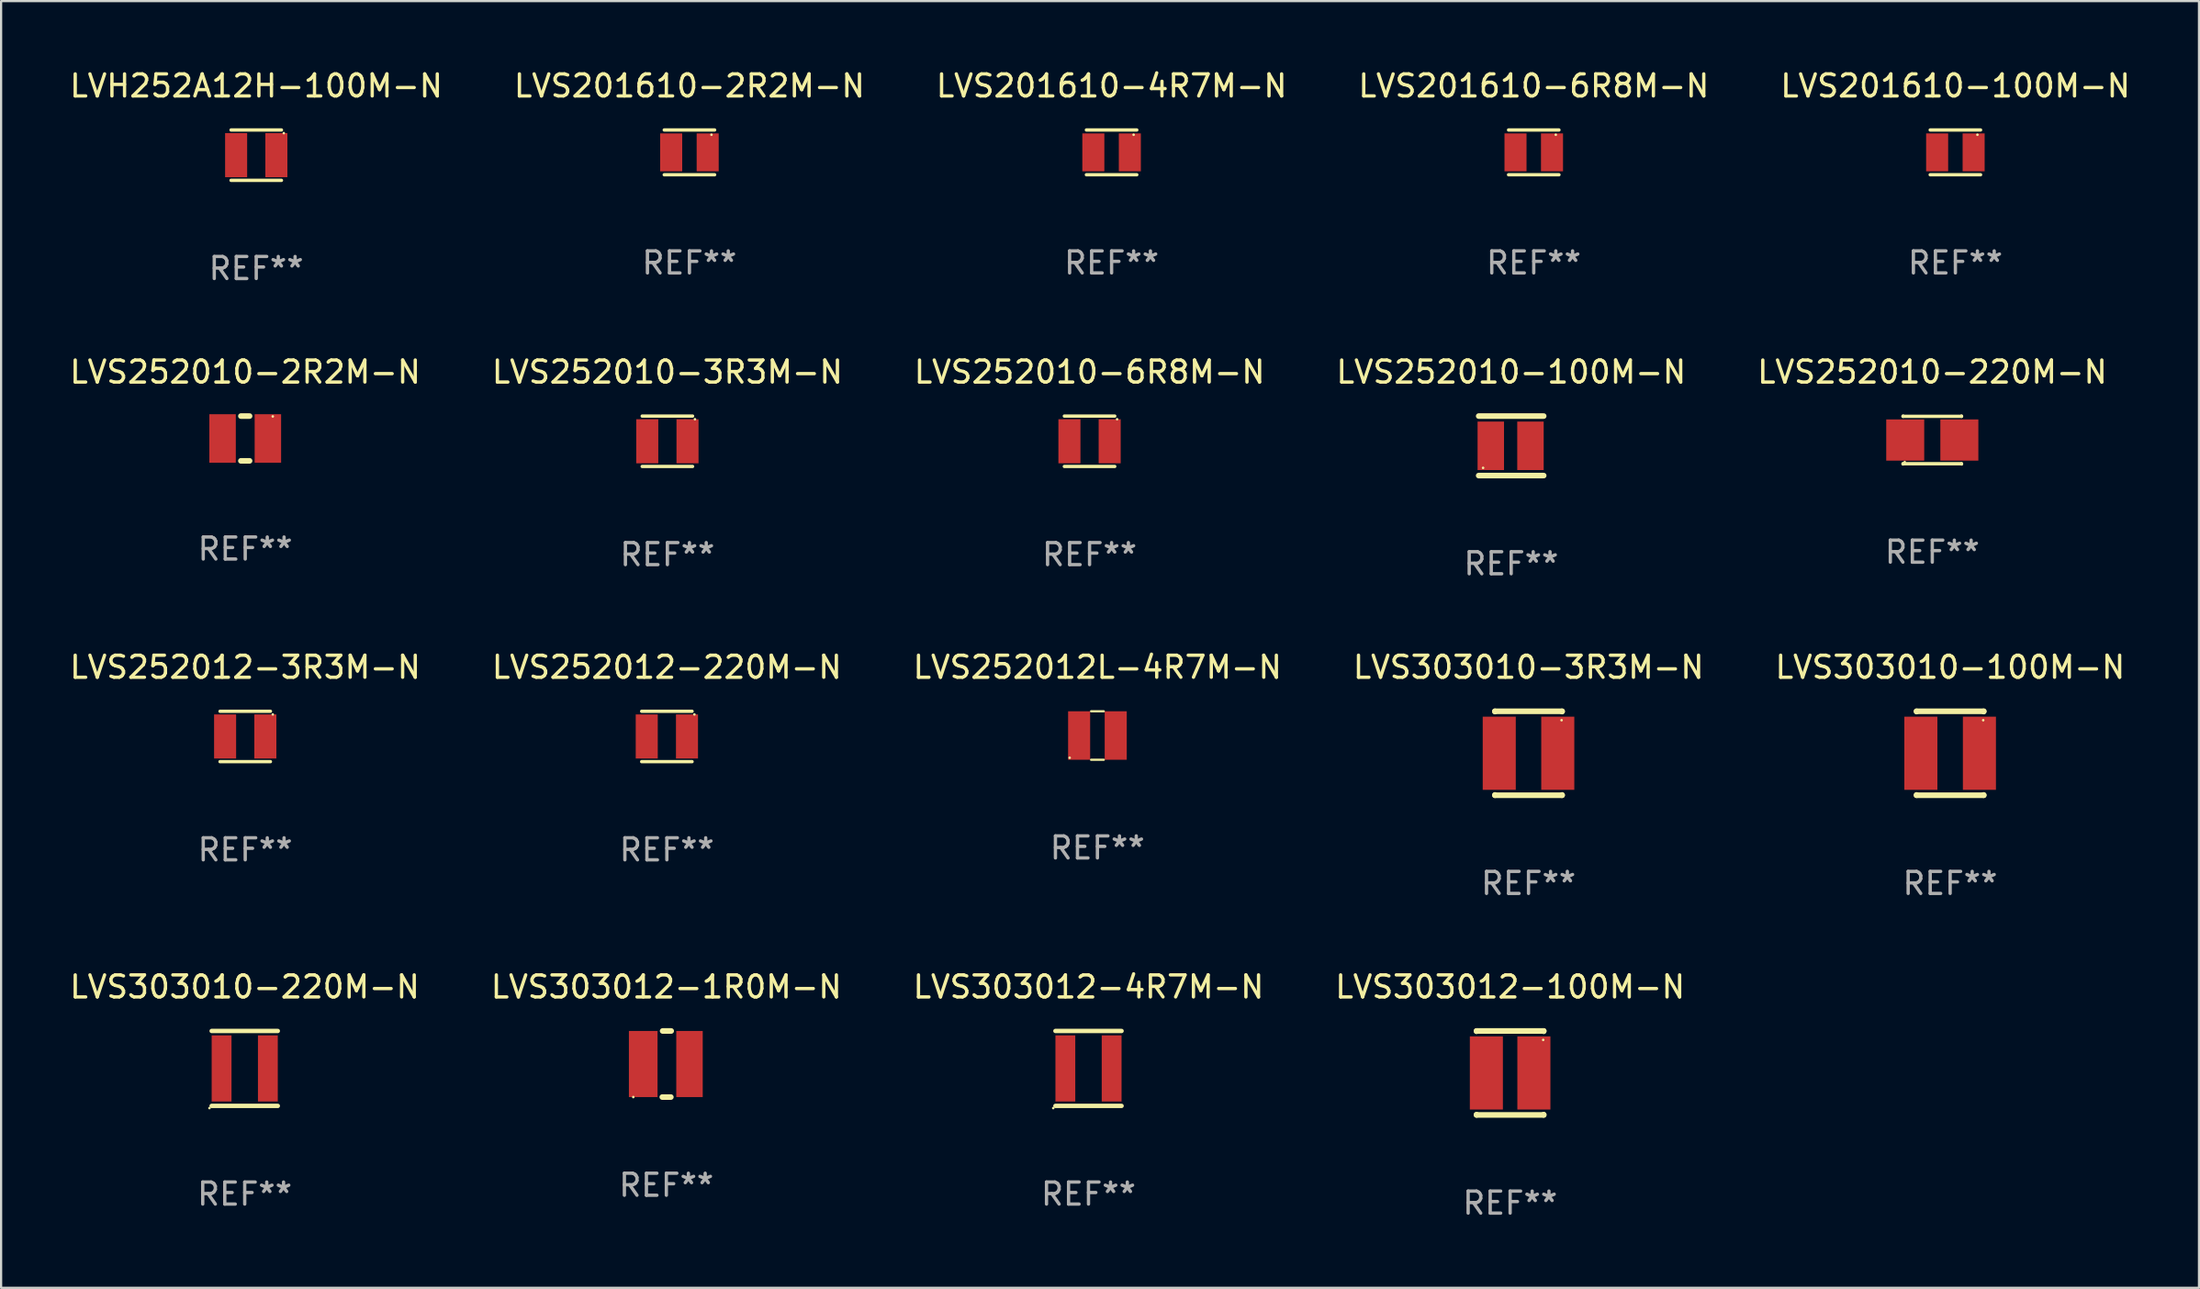
<source format=kicad_pcb>
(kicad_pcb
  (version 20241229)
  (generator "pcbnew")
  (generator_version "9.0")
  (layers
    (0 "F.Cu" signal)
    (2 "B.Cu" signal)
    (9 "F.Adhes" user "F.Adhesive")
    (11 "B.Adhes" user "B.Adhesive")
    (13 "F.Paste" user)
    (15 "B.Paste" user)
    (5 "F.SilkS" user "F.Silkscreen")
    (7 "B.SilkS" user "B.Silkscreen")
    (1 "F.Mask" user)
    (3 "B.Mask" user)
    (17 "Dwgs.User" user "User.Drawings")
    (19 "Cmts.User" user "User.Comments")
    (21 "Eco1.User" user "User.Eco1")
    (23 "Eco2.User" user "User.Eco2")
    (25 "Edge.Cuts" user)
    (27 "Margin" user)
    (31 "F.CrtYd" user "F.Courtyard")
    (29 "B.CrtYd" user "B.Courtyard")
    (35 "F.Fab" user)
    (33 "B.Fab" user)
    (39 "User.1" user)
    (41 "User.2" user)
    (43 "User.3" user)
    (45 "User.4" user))
  (footprint "LVS303010-220M-N"
    (layer "F.Cu")
    (at 8.054 45.434)
    (property "Reference" "LVS303010-220M-N" (at 0 -3.7 0) (layer "F.SilkS") (effects (font (size 1 1) (thickness 0.15))))
    (attr through_hole)
    (fp_line (start -1.5 -1.7) (end 1.5 -1.7) (stroke (width 0.2) (type solid)) (layer "F.SilkS"))
    (fp_line (start -1.5 1.7) (end 1.5 1.7) (stroke (width 0.2) (type solid)) (layer "F.SilkS"))
    (fp_circle (center -1.6 1.8) (end -1.57 1.8) (stroke (width 0.06) (type solid)) (fill no) (layer "F.SilkS"))
    (fp_text user "REF**" (at 0 5.7 0) (layer "F.Fab") (effects (font (size 1 1) (thickness 0.15))))
    (pad "1" smd rect (at -1.05 0) (size 0.9 3) (layers "F.Cu" "F.Mask" "F.Paste"))
    (pad "2" smd rect (at 1.05 0) (size 0.9 3) (layers "F.Cu" "F.Mask" "F.Paste")))
  (footprint "LVS303012-1R0M-N"
    (layer "F.Cu")
    (at 27.185 45.234)
    (property "Reference" "LVS303012-1R0M-N" (at 0 -3.5 0) (layer "F.SilkS") (effects (font (size 1 1) (thickness 0.15))))
    (attr through_hole)
    (fp_line (start -0.184 1.5) (end 0.204 1.5) (stroke (width 0.254) (type solid)) (layer "F.SilkS"))
    (fp_line (start -0.169 -1.5) (end 0.219 -1.5) (stroke (width 0.254) (type solid)) (layer "F.SilkS"))
    (fp_circle (center -1.5 1.5) (end -1.47 1.5) (stroke (width 0.06) (type solid)) (fill no) (layer "F.SilkS"))
    (fp_text user "REF**" (at 0 5.5 0) (layer "F.Fab") (effects (font (size 1 1) (thickness 0.15))))
    (pad "1" smd rect (at -1.05 0) (size 1.3 3) (layers "F.Cu" "F.Mask" "F.Paste"))
    (pad "2" smd rect (at 1.05 0) (size 1.2 3) (layers "F.Cu" "F.Mask" "F.Paste")))
  (footprint "LVS252010-100M-N"
    (layer "F.Cu")
    (at 65.518 17.181)
    (property "Reference" "LVS252010-100M-N" (at 0 -3.35 0) (layer "F.SilkS") (effects (font (size 1 1) (thickness 0.15))))
    (attr through_hole)
    (fp_line (start -1.475 1.35) (end 1.475 1.35) (stroke (width 0.254) (type solid)) (layer "F.SilkS"))
    (fp_line (start 1.475 -1.35) (end -1.474 -1.35) (stroke (width 0.254) (type solid)) (layer "F.SilkS"))
    (fp_circle (center -1.275 1) (end -1.245 1) (stroke (width 0.06) (type solid)) (fill no) (layer "F.SilkS"))
    (fp_text user "REF**" (at 0 5.35 0) (layer "F.Fab") (effects (font (size 1 1) (thickness 0.15))))
    (pad "1" smd rect (at -0.925 -0.000178) (size 1.2 2.2) (layers "F.Cu" "F.Mask" "F.Paste"))
    (pad "2" smd rect (at 0.875 -0.000178) (size 1.2 2.2) (layers "F.Cu" "F.Mask" "F.Paste")))
  (footprint "LVS303010-100M-N"
    (layer "F.Cu")
    (at 85.435 31.132)
    (property "Reference" "LVS303010-100M-N" (at 0 -3.905 0) (layer "F.SilkS") (effects (font (size 1 1) (thickness 0.15))))
    (attr through_hole)
    (fp_line (start -1.524 -1.905) (end 1.524 -1.905) (stroke (width 0.254) (type solid)) (layer "F.SilkS"))
    (fp_line (start -1.524 -1.891) (end -1.524 -1.905) (stroke (width 0.254) (type solid)) (layer "F.SilkS"))
    (fp_line (start -1.524 1.905) (end -1.524 1.891) (stroke (width 0.254) (type solid)) (layer "F.SilkS"))
    (fp_line (start -1.524 1.905) (end 1.524 1.905) (stroke (width 0.254) (type solid)) (layer "F.SilkS"))
    (fp_line (start 1.524 -1.905) (end 1.524 -1.891) (stroke (width 0.254) (type solid)) (layer "F.SilkS"))
    (fp_line (start 1.524 1.891) (end 1.524 1.905) (stroke (width 0.254) (type solid)) (layer "F.SilkS"))
    (fp_circle (center 1.5 -1.5) (end 1.53 -1.5) (stroke (width 0.06) (type solid)) (fill no) (layer "F.SilkS"))
    (fp_text user "REF**" (at 0 5.905 0) (layer "F.Fab") (effects (font (size 1 1) (thickness 0.15))))
    (pad "1" smd rect (at 1.328 0) (size 1.5 3.32) (layers "F.Cu" "F.Mask" "F.Paste"))
    (pad "2" smd rect (at -1.328 0) (size 1.5 3.32) (layers "F.Cu" "F.Mask" "F.Paste")))
  (footprint "LVS201610-6R8M-N"
    (layer "F.Cu")
    (at 66.542 3.864)
    (property "Reference" "LVS201610-6R8M-N" (at 0 -3.016 0) (layer "F.SilkS") (effects (font (size 1 1) (thickness 0.15))))
    (attr through_hole)
    (fp_line (start -1.143 -1.016) (end 1.143 -1.016) (stroke (width 0.152) (type solid)) (layer "F.SilkS"))
    (fp_line (start 1.143 1.016) (end -1.143 1.016) (stroke (width 0.152) (type solid)) (layer "F.SilkS"))
    (fp_circle (center 1 -0.8) (end 1.03 -0.8) (stroke (width 0.06) (type solid)) (fill no) (layer "F.SilkS"))
    (fp_text user "REF**" (at 0 5.016 0) (layer "F.Fab") (effects (font (size 1 1) (thickness 0.15))))
    (pad "1" smd rect (at 0.828 0) (size 1 1.72) (layers "F.Cu" "F.Mask" "F.Paste"))
    (pad "2" smd rect (at -0.828 0) (size 1 1.72) (layers "F.Cu" "F.Mask" "F.Paste")))
  (footprint "LVS201610-100M-N"
    (layer "F.Cu")
    (at 85.673 3.864)
    (property "Reference" "LVS201610-100M-N" (at 0 -3.016 0) (layer "F.SilkS") (effects (font (size 1 1) (thickness 0.15))))
    (attr through_hole)
    (fp_line (start -1.143 -1.016) (end 1.143 -1.016) (stroke (width 0.152) (type solid)) (layer "F.SilkS"))
    (fp_line (start 1.143 1.016) (end -1.143 1.016) (stroke (width 0.152) (type solid)) (layer "F.SilkS"))
    (fp_circle (center 1 -0.8) (end 1.03 -0.8) (stroke (width 0.06) (type solid)) (fill no) (layer "F.SilkS"))
    (fp_text user "REF**" (at 0 5.016 0) (layer "F.Fab") (effects (font (size 1 1) (thickness 0.15))))
    (pad "1" smd rect (at 0.828 0) (size 1 1.72) (layers "F.Cu" "F.Mask" "F.Paste"))
    (pad "2" smd rect (at -0.828 0) (size 1 1.72) (layers "F.Cu" "F.Mask" "F.Paste")))
  (footprint "LVS252010-3R3M-N"
    (layer "F.Cu")
    (at 27.232 16.974)
    (property "Reference" "LVS252010-3R3M-N" (at 0 -3.143 0) (layer "F.SilkS") (effects (font (size 1 1) (thickness 0.15))))
    (attr through_hole)
    (fp_line (start -1.143 -1.143) (end 1.143 -1.143) (stroke (width 0.152) (type solid)) (layer "F.SilkS"))
    (fp_line (start -1.143 1.143) (end 1.143 1.143) (stroke (width 0.152) (type solid)) (layer "F.SilkS"))
    (fp_circle (center 1.25 -1) (end 1.28 -1) (stroke (width 0.06) (type solid)) (fill no) (layer "F.SilkS"))
    (fp_text user "REF**" (at 0 5.143 0) (layer "F.Fab") (effects (font (size 1 1) (thickness 0.15))))
    (pad "1" smd rect (at 0.913 0) (size 1 2) (layers "F.Cu" "F.Mask" "F.Paste"))
    (pad "2" smd rect (at -0.913 0) (size 1 2) (layers "F.Cu" "F.Mask" "F.Paste")))
  (footprint "LVS303012-4R7M-N"
    (layer "F.Cu")
    (at 46.339 45.434)
    (property "Reference" "LVS303012-4R7M-N" (at 0 -3.7 0) (layer "F.SilkS") (effects (font (size 1 1) (thickness 0.15))))
    (attr through_hole)
    (fp_line (start -1.5 -1.7) (end 1.5 -1.7) (stroke (width 0.2) (type solid)) (layer "F.SilkS"))
    (fp_line (start -1.5 1.7) (end 1.5 1.7) (stroke (width 0.2) (type solid)) (layer "F.SilkS"))
    (fp_circle (center -1.6 1.8) (end -1.57 1.8) (stroke (width 0.06) (type solid)) (fill no) (layer "F.SilkS"))
    (fp_text user "REF**" (at 0 5.7 0) (layer "F.Fab") (effects (font (size 1 1) (thickness 0.15))))
    (pad "1" smd rect (at -1.05 0) (size 0.9 3) (layers "F.Cu" "F.Mask" "F.Paste"))
    (pad "2" smd rect (at 1.05 0) (size 0.9 3) (layers "F.Cu" "F.Mask" "F.Paste")))
  (footprint "LVS252012L-4R7M-N"
    (layer "F.Cu")
    (at 46.744 30.327)
    (property "Reference" "LVS252012L-4R7M-N" (at 0 -3.1 0) (layer "F.SilkS") (effects (font (size 1 1) (thickness 0.15))))
    (attr through_hole)
    (fp_line (start -0.287 -1.1) (end 0.287 -1.1) (stroke (width 0.102) (type solid)) (layer "F.SilkS"))
    (fp_line (start 0.287 1.1) (end -0.287 1.1) (stroke (width 0.102) (type solid)) (layer "F.SilkS"))
    (fp_circle (center -1.26 1.01) (end -1.23 1.01) (stroke (width 0.06) (type solid)) (fill no) (layer "F.SilkS"))
    (fp_text user "REF**" (at 0 5.1 0) (layer "F.Fab") (effects (font (size 1 1) (thickness 0.15))))
    (pad "1" smd rect (at -0.83 0) (size 1 2.2) (layers "F.Cu" "F.Mask" "F.Paste"))
    (pad "2" smd rect (at 0.83 0) (size 1 2.2) (layers "F.Cu" "F.Mask" "F.Paste")))
  (footprint "LVS252010-2R2M-N"
    (layer "F.Cu")
    (at 8.077 16.847)
    (property "Reference" "LVS252010-2R2M-N" (at 0 -3.016 0) (layer "F.SilkS") (effects (font (size 1 1) (thickness 0.15))))
    (attr through_hole)
    (fp_line (start -0.197 1.016) (end 0.197 1.016) (stroke (width 0.254) (type solid)) (layer "F.SilkS"))
    (fp_line (start 0.197 -1.016) (end -0.197 -1.016) (stroke (width 0.254) (type solid)) (layer "F.SilkS"))
    (fp_circle (center 1.25 -1) (end 1.28 -1) (stroke (width 0.06) (type solid)) (fill no) (layer "F.SilkS"))
    (fp_text user "REF**" (at 0 5.016 0) (layer "F.Fab") (effects (font (size 1 1) (thickness 0.15))))
    (pad "1" smd rect (at 1.028 0) (size 1.2 2.2) (layers "F.Cu" "F.Mask" "F.Paste"))
    (pad "2" smd rect (at -1.028 0) (size 1.2 2.2) (layers "F.Cu" "F.Mask" "F.Paste")))
  (footprint "LVS303010-3R3M-N"
    (layer "F.Cu")
    (at 66.304 31.132)
    (property "Reference" "LVS303010-3R3M-N" (at 0 -3.905 0) (layer "F.SilkS") (effects (font (size 1 1) (thickness 0.15))))
    (attr through_hole)
    (fp_line (start -1.524 -1.905) (end 1.524 -1.905) (stroke (width 0.254) (type solid)) (layer "F.SilkS"))
    (fp_line (start -1.524 -1.891) (end -1.524 -1.905) (stroke (width 0.254) (type solid)) (layer "F.SilkS"))
    (fp_line (start -1.524 1.905) (end -1.524 1.891) (stroke (width 0.254) (type solid)) (layer "F.SilkS"))
    (fp_line (start -1.524 1.905) (end 1.524 1.905) (stroke (width 0.254) (type solid)) (layer "F.SilkS"))
    (fp_line (start 1.524 -1.905) (end 1.524 -1.891) (stroke (width 0.254) (type solid)) (layer "F.SilkS"))
    (fp_line (start 1.524 1.891) (end 1.524 1.905) (stroke (width 0.254) (type solid)) (layer "F.SilkS"))
    (fp_circle (center 1.5 -1.5) (end 1.53 -1.5) (stroke (width 0.06) (type solid)) (fill no) (layer "F.SilkS"))
    (fp_text user "REF**" (at 0 5.905 0) (layer "F.Fab") (effects (font (size 1 1) (thickness 0.15))))
    (pad "1" smd rect (at 1.328 0) (size 1.5 3.32) (layers "F.Cu" "F.Mask" "F.Paste"))
    (pad "2" smd rect (at -1.328 0) (size 1.5 3.32) (layers "F.Cu" "F.Mask" "F.Paste")))
  (footprint "LVS201610-2R2M-N"
    (layer "F.Cu")
    (at 28.232 3.864)
    (property "Reference" "LVS201610-2R2M-N" (at 0 -3.016 0) (layer "F.SilkS") (effects (font (size 1 1) (thickness 0.15))))
    (attr through_hole)
    (fp_line (start -1.143 -1.016) (end 1.143 -1.016) (stroke (width 0.152) (type solid)) (layer "F.SilkS"))
    (fp_line (start 1.143 1.016) (end -1.143 1.016) (stroke (width 0.152) (type solid)) (layer "F.SilkS"))
    (fp_circle (center 1 -0.8) (end 1.03 -0.8) (stroke (width 0.06) (type solid)) (fill no) (layer "F.SilkS"))
    (fp_text user "REF**" (at 0 5.016 0) (layer "F.Fab") (effects (font (size 1 1) (thickness 0.15))))
    (pad "1" smd rect (at 0.828 0) (size 1 1.72) (layers "F.Cu" "F.Mask" "F.Paste"))
    (pad "2" smd rect (at -0.828 0) (size 1 1.72) (layers "F.Cu" "F.Mask" "F.Paste")))
  (footprint "LVS252012-3R3M-N"
    (layer "F.Cu")
    (at 8.077 30.37)
    (property "Reference" "LVS252012-3R3M-N" (at 0 -3.143 0) (layer "F.SilkS") (effects (font (size 1 1) (thickness 0.15))))
    (attr through_hole)
    (fp_line (start -1.143 -1.143) (end 1.143 -1.143) (stroke (width 0.152) (type solid)) (layer "F.SilkS"))
    (fp_line (start -1.143 1.143) (end 1.143 1.143) (stroke (width 0.152) (type solid)) (layer "F.SilkS"))
    (fp_circle (center 1.25 -1) (end 1.28 -1) (stroke (width 0.06) (type solid)) (fill no) (layer "F.SilkS"))
    (fp_text user "REF**" (at 0 5.143 0) (layer "F.Fab") (effects (font (size 1 1) (thickness 0.15))))
    (pad "1" smd rect (at 0.913 0) (size 1 2) (layers "F.Cu" "F.Mask" "F.Paste"))
    (pad "2" smd rect (at -0.913 0) (size 1 2) (layers "F.Cu" "F.Mask" "F.Paste")))
  (footprint "LVS303012-100M-N"
    (layer "F.Cu")
    (at 65.47 45.639)
    (property "Reference" "LVS303012-100M-N" (at 0 -3.905 0) (layer "F.SilkS") (effects (font (size 1 1) (thickness 0.15))))
    (attr through_hole)
    (fp_line (start -1.524 -1.905) (end 1.524 -1.905) (stroke (width 0.254) (type solid)) (layer "F.SilkS"))
    (fp_line (start -1.524 -1.891) (end -1.524 -1.905) (stroke (width 0.254) (type solid)) (layer "F.SilkS"))
    (fp_line (start -1.524 1.905) (end -1.524 1.891) (stroke (width 0.254) (type solid)) (layer "F.SilkS"))
    (fp_line (start -1.524 1.905) (end 1.524 1.905) (stroke (width 0.254) (type solid)) (layer "F.SilkS"))
    (fp_line (start 1.524 -1.905) (end 1.524 -1.891) (stroke (width 0.254) (type solid)) (layer "F.SilkS"))
    (fp_line (start 1.524 1.891) (end 1.524 1.905) (stroke (width 0.254) (type solid)) (layer "F.SilkS"))
    (fp_circle (center 1.5 -1.5) (end 1.53 -1.5) (stroke (width 0.06) (type solid)) (fill no) (layer "F.SilkS"))
    (fp_text user "REF**" (at 0 5.905 0) (layer "F.Fab") (effects (font (size 1 1) (thickness 0.15))))
    (pad "1" smd rect (at 1.078 0.000076) (size 1.5 3.32) (layers "F.Cu" "F.Mask" "F.Paste"))
    (pad "2" smd rect (at -1.078 0.000076) (size 1.5 3.32) (layers "F.Cu" "F.Mask" "F.Paste")))
  (footprint "LVH252A12H-100M-N"
    (layer "F.Cu")
    (at 8.577 3.991)
    (property "Reference" "LVH252A12H-100M-N" (at 0 -3.143 0) (layer "F.SilkS") (effects (font (size 1 1) (thickness 0.15))))
    (attr through_hole)
    (fp_line (start -1.143 -1.143) (end 1.143 -1.143) (stroke (width 0.152) (type solid)) (layer "F.SilkS"))
    (fp_line (start -1.143 1.143) (end 1.143 1.143) (stroke (width 0.152) (type solid)) (layer "F.SilkS"))
    (fp_circle (center 1.25 -1) (end 1.28 -1) (stroke (width 0.06) (type solid)) (fill no) (layer "F.SilkS"))
    (fp_text user "REF**" (at 0 5.143 0) (layer "F.Fab") (effects (font (size 1 1) (thickness 0.15))))
    (pad "1" smd rect (at 0.913 0) (size 1 2) (layers "F.Cu" "F.Mask" "F.Paste"))
    (pad "2" smd rect (at -0.913 0) (size 1 2) (layers "F.Cu" "F.Mask" "F.Paste")))
  (footprint "LVS252010-6R8M-N"
    (layer "F.Cu")
    (at 46.387 16.974)
    (property "Reference" "LVS252010-6R8M-N" (at 0 -3.143 0) (layer "F.SilkS") (effects (font (size 1 1) (thickness 0.15))))
    (attr through_hole)
    (fp_line (start -1.143 -1.143) (end 1.143 -1.143) (stroke (width 0.152) (type solid)) (layer "F.SilkS"))
    (fp_line (start -1.143 1.143) (end 1.143 1.143) (stroke (width 0.152) (type solid)) (layer "F.SilkS"))
    (fp_circle (center 1.25 -1) (end 1.28 -1) (stroke (width 0.06) (type solid)) (fill no) (layer "F.SilkS"))
    (fp_text user "REF**" (at 0 5.143 0) (layer "F.Fab") (effects (font (size 1 1) (thickness 0.15))))
    (pad "1" smd rect (at 0.913 0) (size 1 2) (layers "F.Cu" "F.Mask" "F.Paste"))
    (pad "2" smd rect (at -0.913 0) (size 1 2) (layers "F.Cu" "F.Mask" "F.Paste")))
  (footprint "LVS252012-220M-N"
    (layer "F.Cu")
    (at 27.208 30.37)
    (property "Reference" "LVS252012-220M-N" (at 0 -3.143 0) (layer "F.SilkS") (effects (font (size 1 1) (thickness 0.15))))
    (attr through_hole)
    (fp_line (start -1.143 -1.143) (end 1.143 -1.143) (stroke (width 0.152) (type solid)) (layer "F.SilkS"))
    (fp_line (start -1.143 1.143) (end 1.143 1.143) (stroke (width 0.152) (type solid)) (layer "F.SilkS"))
    (fp_circle (center 1.25 -1) (end 1.28 -1) (stroke (width 0.06) (type solid)) (fill no) (layer "F.SilkS"))
    (fp_text user "REF**" (at 0 5.143 0) (layer "F.Fab") (effects (font (size 1 1) (thickness 0.15))))
    (pad "1" smd rect (at 0.913 0) (size 1 2) (layers "F.Cu" "F.Mask" "F.Paste"))
    (pad "2" smd rect (at -0.913 0) (size 1 2) (layers "F.Cu" "F.Mask" "F.Paste")))
  (footprint "LVS252010-220M-N"
    (layer "F.Cu")
    (at 84.625 16.918)
    (property "Reference" "LVS252010-220M-N" (at 0 -3.087 0) (layer "F.SilkS") (effects (font (size 1 1) (thickness 0.15))))
    (attr through_hole)
    (fp_line (start -1.326 -1.087) (end -1.326 -1.076) (stroke (width 0.152) (type solid)) (layer "F.SilkS"))
    (fp_line (start -1.326 -1.076) (end 1.326 -1.076) (stroke (width 0.152) (type solid)) (layer "F.SilkS"))
    (fp_line (start -1.326 1.076) (end 1.326 1.076) (stroke (width 0.152) (type solid)) (layer "F.SilkS"))
    (fp_line (start -1.326 1.087) (end -1.326 1.076) (stroke (width 0.152) (type solid)) (layer "F.SilkS"))
    (fp_line (start 1.326 -1.076) (end 1.326 -1.087) (stroke (width 0.152) (type solid)) (layer "F.SilkS"))
    (fp_line (start 1.326 1.076) (end 1.326 1.087) (stroke (width 0.152) (type solid)) (layer "F.SilkS"))
    (fp_circle (center -1.25 1) (end -1.22 1) (stroke (width 0.06) (type solid)) (fill no) (layer "F.SilkS"))
    (fp_text user "REF**" (at 0 5.087 0) (layer "F.Fab") (effects (font (size 1 1) (thickness 0.15))))
    (pad "1" smd rect (at 1.228 0) (size 1.724 1.87) (layers "F.Cu" "F.Mask" "F.Paste"))
    (pad "2" smd rect (at -1.228 0) (size 1.724 1.87) (layers "F.Cu" "F.Mask" "F.Paste")))
  (footprint "LVS201610-4R7M-N"
    (layer "F.Cu")
    (at 47.387 3.864)
    (property "Reference" "LVS201610-4R7M-N" (at 0 -3.016 0) (layer "F.SilkS") (effects (font (size 1 1) (thickness 0.15))))
    (attr through_hole)
    (fp_line (start -1.143 -1.016) (end 1.143 -1.016) (stroke (width 0.152) (type solid)) (layer "F.SilkS"))
    (fp_line (start 1.143 1.016) (end -1.143 1.016) (stroke (width 0.152) (type solid)) (layer "F.SilkS"))
    (fp_circle (center 1 -0.8) (end 1.03 -0.8) (stroke (width 0.06) (type solid)) (fill no) (layer "F.SilkS"))
    (fp_text user "REF**" (at 0 5.016 0) (layer "F.Fab") (effects (font (size 1 1) (thickness 0.15))))
    (pad "1" smd rect (at 0.828 0) (size 1 1.72) (layers "F.Cu" "F.Mask" "F.Paste"))
    (pad "2" smd rect (at -0.828 0) (size 1 1.72) (layers "F.Cu" "F.Mask" "F.Paste")))
  (gr_rect
    (start -3 -3)
    (end 96.726 55.392)
    (stroke (width 0.1) (type default))
    (fill no)
    (layer "Edge.Cuts")))
</source>
